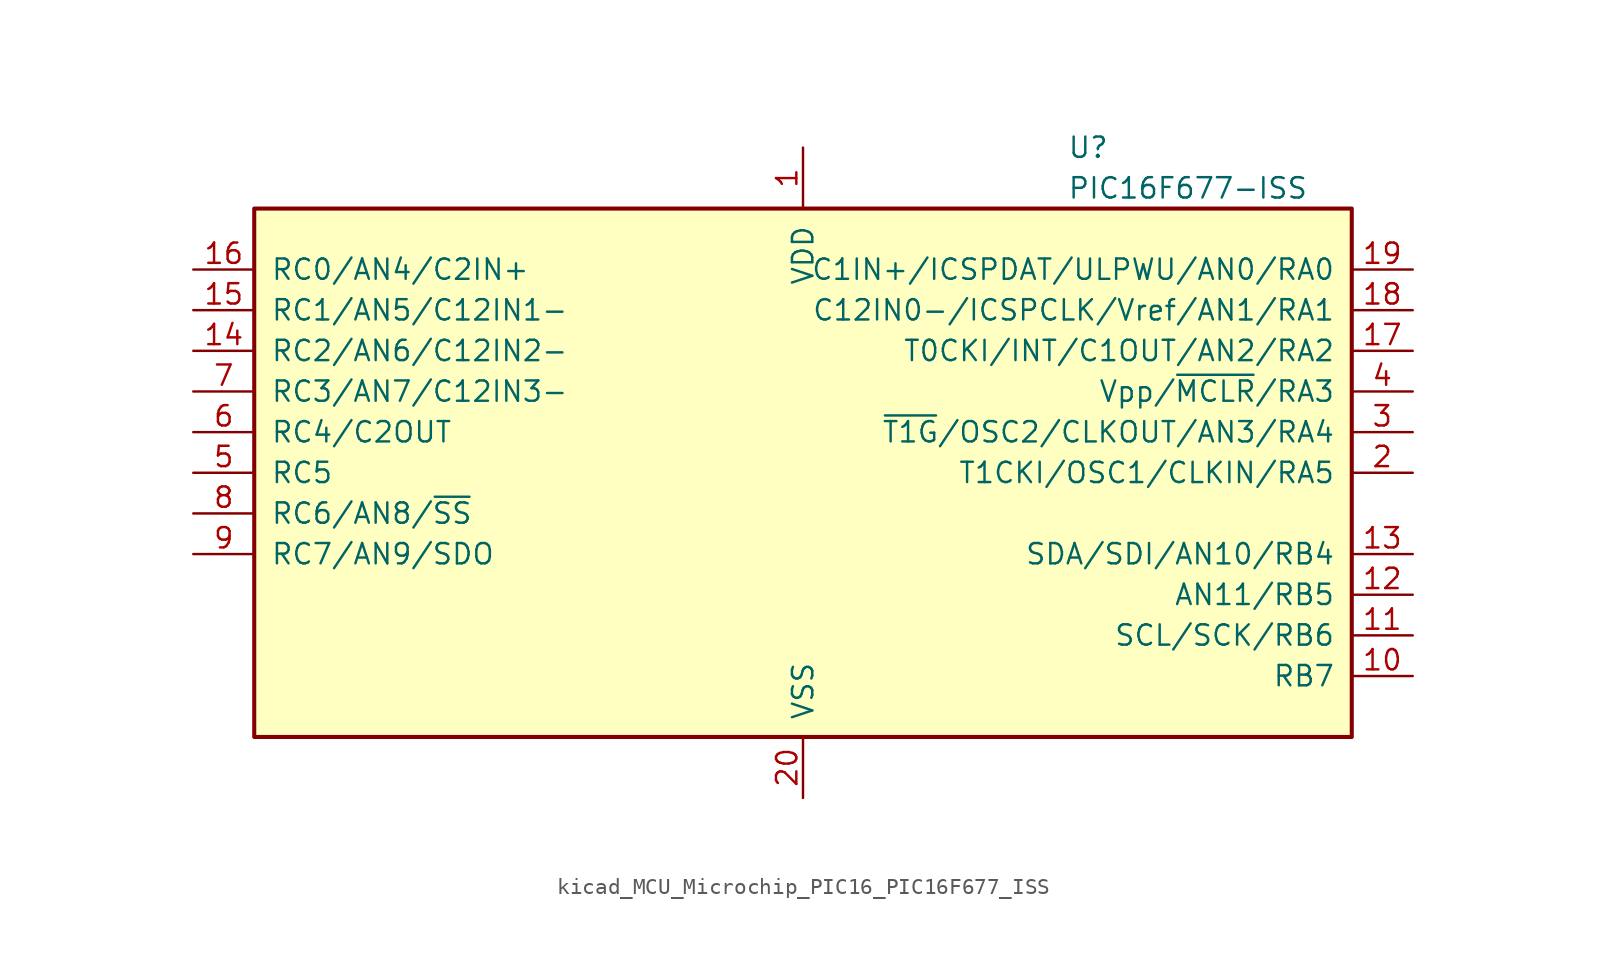
<source format=kicad_sym>
(kicad_symbol_lib
  (version 20220914)
  (generator kicad_symbol_editor)
  (symbol "kicad_MCU_Microchip_PIC16_PIC16F677_ISS"
    (pin_names
      (offset 1.016))
    (property "Reference" "U"
      (at 16.51 20.32 0)
      (effects (font (size 1.27 1.27)) (justify left)))
    (property "Value" "PIC16F677-ISS"
      (at 16.51 17.78 0)
      (effects (font (size 1.27 1.27)) (justify left)))
    (symbol "kicad_MCU_Microchip_PIC16_PIC16F677_ISS_0_1"
      (rectangle (start -34.29 16.51) (end 34.29 -16.51) (stroke (width 0.254) (type default)) (fill (type background))))
    (symbol "kicad_MCU_Microchip_PIC16_PIC16F677_ISS_1_1"
      (pin power_in line (at 0 20.32 270) (length 3.81) (name "VDD" (effects (font (size 1.27 1.27)))) (number "1" (effects (font (size 1.27 1.27)))))
      (pin bidirectional line (at 38.1 -12.7 180) (length 3.81) (name "RB7" (effects (font (size 1.27 1.27)))) (number "10" (effects (font (size 1.27 1.27)))))
      (pin bidirectional line (at 38.1 -10.16 180) (length 3.81) (name "SCL/SCK/RB6" (effects (font (size 1.27 1.27)))) (number "11" (effects (font (size 1.27 1.27)))))
      (pin bidirectional line (at 38.1 -7.62 180) (length 3.81) (name "AN11/RB5" (effects (font (size 1.27 1.27)))) (number "12" (effects (font (size 1.27 1.27)))))
      (pin bidirectional line (at 38.1 -5.08 180) (length 3.81) (name "SDA/SDI/AN10/RB4" (effects (font (size 1.27 1.27)))) (number "13" (effects (font (size 1.27 1.27)))))
      (pin bidirectional line (at -38.1 7.62 0) (length 3.81) (name "RC2/AN6/C12IN2-" (effects (font (size 1.27 1.27)))) (number "14" (effects (font (size 1.27 1.27)))))
      (pin bidirectional line (at -38.1 10.16 0) (length 3.81) (name "RC1/AN5/C12IN1-" (effects (font (size 1.27 1.27)))) (number "15" (effects (font (size 1.27 1.27)))))
      (pin bidirectional line (at -38.1 12.7 0) (length 3.81) (name "RC0/AN4/C2IN+" (effects (font (size 1.27 1.27)))) (number "16" (effects (font (size 1.27 1.27)))))
      (pin bidirectional line (at 38.1 7.62 180) (length 3.81) (name "T0CKI/INT/C1OUT/AN2/RA2" (effects (font (size 1.27 1.27)))) (number "17" (effects (font (size 1.27 1.27)))))
      (pin bidirectional line (at 38.1 10.16 180) (length 3.81) (name "C12IN0-/ICSPCLK/Vref/AN1/RA1" (effects (font (size 1.27 1.27)))) (number "18" (effects (font (size 1.27 1.27)))))
      (pin bidirectional line (at 38.1 12.7 180) (length 3.81) (name "C1IN+/ICSPDAT/ULPWU/AN0/RA0" (effects (font (size 1.27 1.27)))) (number "19" (effects (font (size 1.27 1.27)))))
      (pin bidirectional line (at 38.1 0 180) (length 3.81) (name "T1CKI/OSC1/CLKIN/RA5" (effects (font (size 1.27 1.27)))) (number "2" (effects (font (size 1.27 1.27)))))
      (pin power_in line (at 0 -20.32 90) (length 3.81) (name "VSS" (effects (font (size 1.27 1.27)))) (number "20" (effects (font (size 1.27 1.27)))))
      (pin bidirectional line (at 38.1 2.54 180) (length 3.81) (name "~{T1G}/OSC2/CLKOUT/AN3/RA4" (effects (font (size 1.27 1.27)))) (number "3" (effects (font (size 1.27 1.27)))))
      (pin input line (at 38.1 5.08 180) (length 3.81) (name "Vpp/~{MCLR}/RA3" (effects (font (size 1.27 1.27)))) (number "4" (effects (font (size 1.27 1.27)))))
      (pin bidirectional line (at -38.1 0 0) (length 3.81) (name "RC5" (effects (font (size 1.27 1.27)))) (number "5" (effects (font (size 1.27 1.27)))))
      (pin bidirectional line (at -38.1 2.54 0) (length 3.81) (name "RC4/C2OUT" (effects (font (size 1.27 1.27)))) (number "6" (effects (font (size 1.27 1.27)))))
      (pin bidirectional line (at -38.1 5.08 0) (length 3.81) (name "RC3/AN7/C12IN3-" (effects (font (size 1.27 1.27)))) (number "7" (effects (font (size 1.27 1.27)))))
      (pin bidirectional line (at -38.1 -2.54 0) (length 3.81) (name "RC6/AN8/~{SS}" (effects (font (size 1.27 1.27)))) (number "8" (effects (font (size 1.27 1.27)))))
      (pin bidirectional line (at -38.1 -5.08 0) (length 3.81) (name "RC7/AN9/SDO" (effects (font (size 1.27 1.27)))) (number "9" (effects (font (size 1.27 1.27))))))))
</source>
